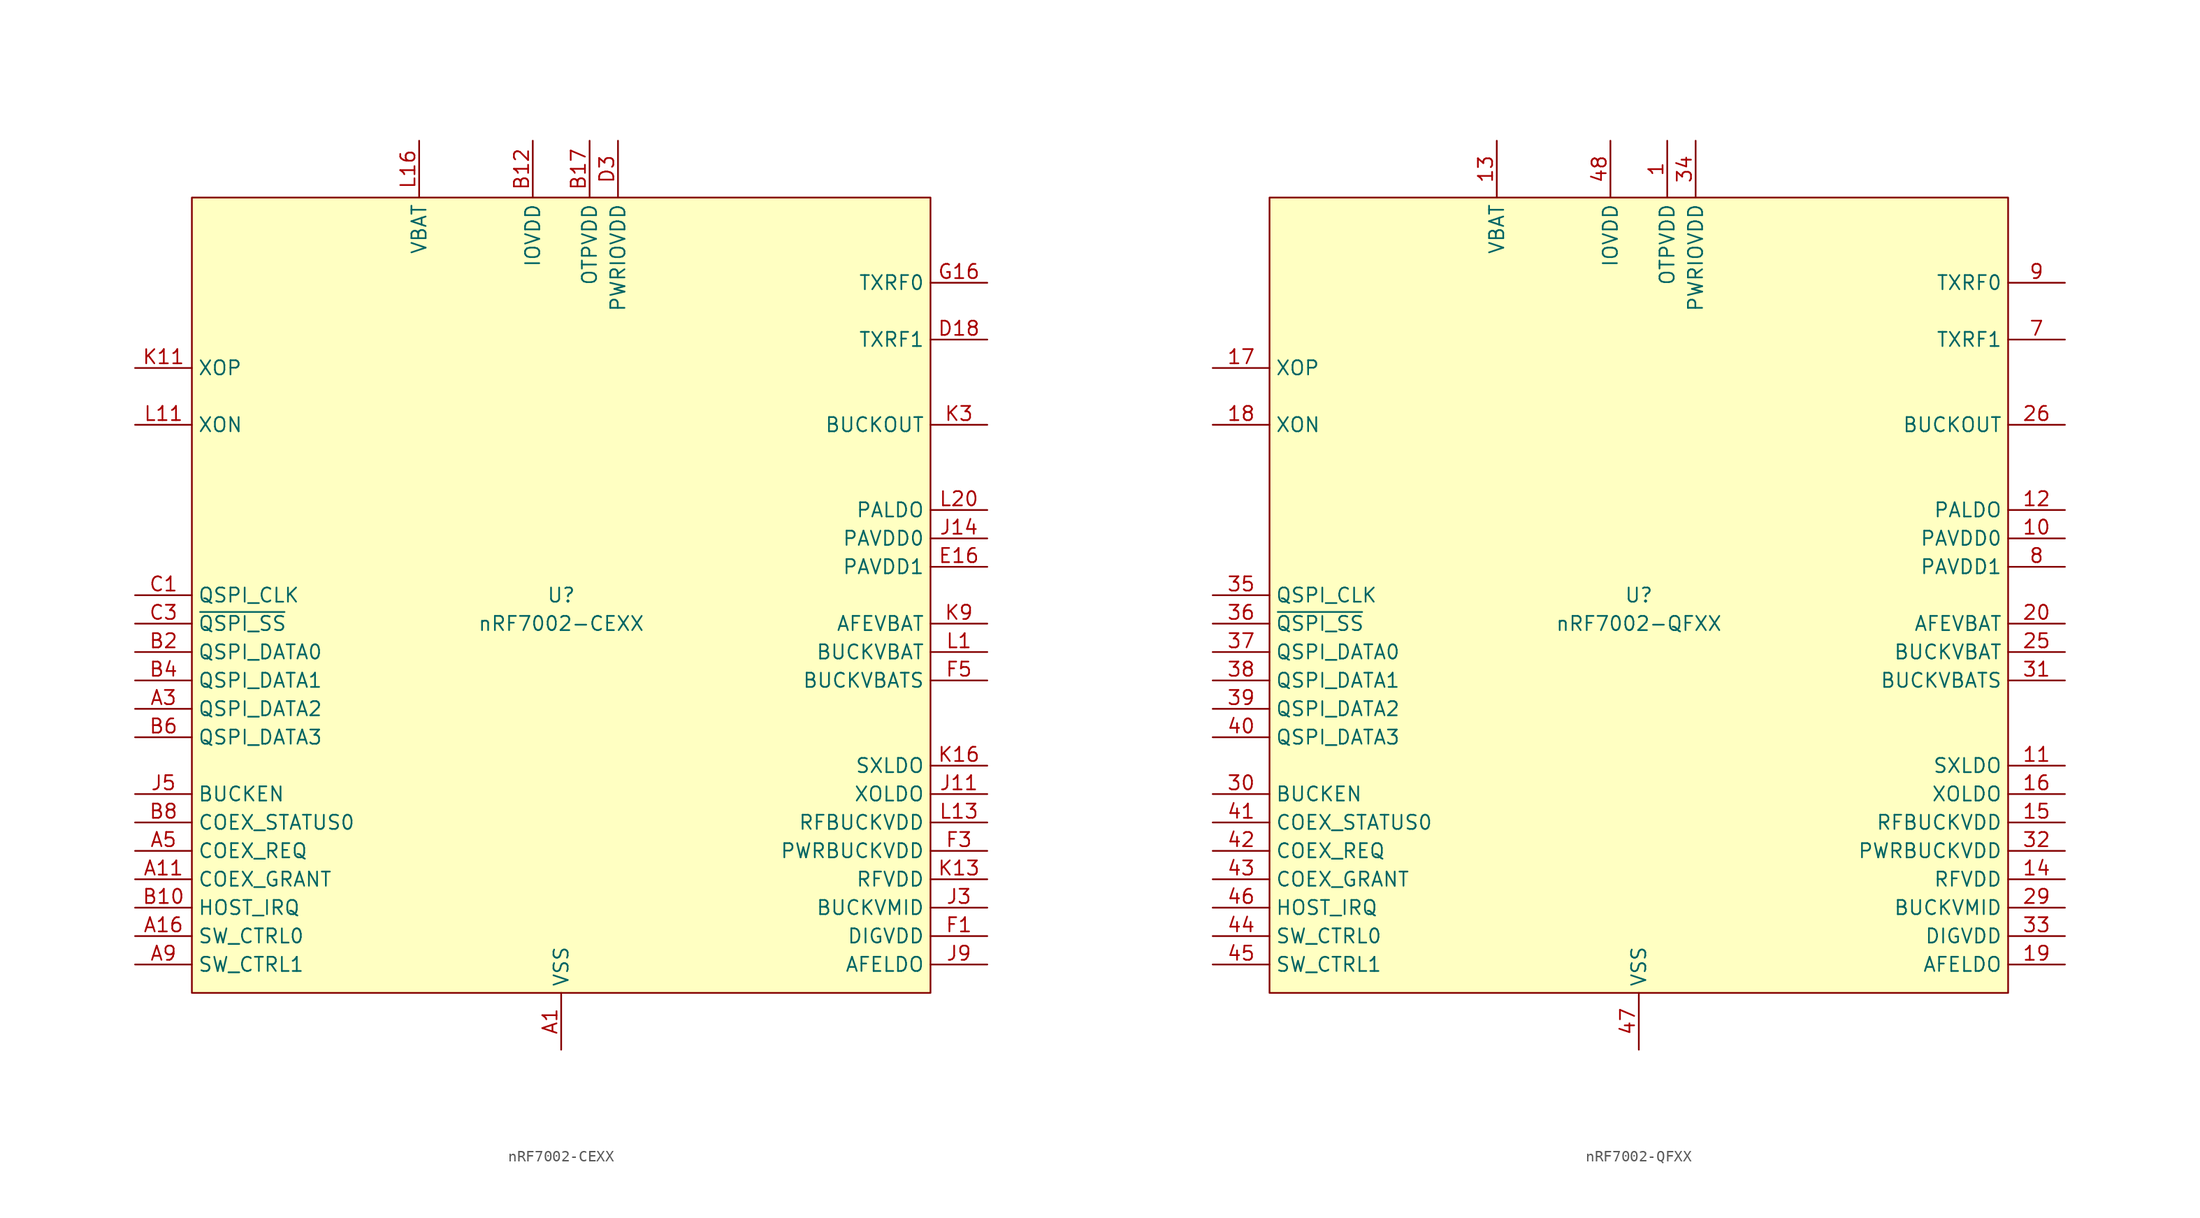
<source format=kicad_sym>
(kicad_symbol_lib
  (version 20241209)
  (generator "kicad_symbol_editor")
  (generator_version "9.0")
  (symbol "nRF7002-CEXX"
    (property "Reference" "U"
      (at 0 0 0)
      (do_not_autoplace)
      (effects (font (size 1.27 1.27))))
    (property "Value" "nRF7002-CEXX"
      (at 0 -2.54 0)
      (do_not_autoplace)
      (effects (font (size 1.27 1.27))))
    (symbol "nRF7002-CEXX_0_0"
      (pin bidirectional line (at -38.1 -10.16 0) (length 5.08) (name "QSPI_DATA2" (effects (font (size 1.27 1.27)))) (number "A3" (effects (font (size 1.27 1.27)))))
      (pin bidirectional line (at -38.1 -12.7 0) (length 5.08) (name "QSPI_DATA3" (effects (font (size 1.27 1.27)))) (number "B6" (effects (font (size 1.27 1.27)))))
      (pin input line (at -38.1 -17.78 0) (length 5.08) (name "BUCKEN" (effects (font (size 1.27 1.27)))) (number "J5" (effects (font (size 1.27 1.27)))))
      (pin bidirectional line (at -38.1 -20.32 0) (length 5.08) (name "COEX_STATUS0" (effects (font (size 1.27 1.27)))) (number "B8" (effects (font (size 1.27 1.27)))))
      (pin output line (at -38.1 -25.4 0) (length 5.08) (name "COEX_GRANT" (effects (font (size 1.27 1.27)))) (number "A11" (effects (font (size 1.27 1.27)))))
      (pin output line (at -38.1 -27.94 0) (length 5.08) (name "HOST_IRQ" (effects (font (size 1.27 1.27)))) (number "B10" (effects (font (size 1.27 1.27)))))
      (pin output line (at -38.1 -30.48 0) (length 5.08) (name "SW_CTRL0" (effects (font (size 1.27 1.27)))) (number "A16" (effects (font (size 1.27 1.27)))))
      (pin bidirectional line (at -38.1 -33.02 0) (length 5.08) (name "SW_CTRL1" (effects (font (size 1.27 1.27)))) (number "A9" (effects (font (size 1.27 1.27)))))
      (pin power_in line (at -12.7 40.64 270) (length 5.08) (name "VBAT" (effects (font (size 1.27 1.27)))) (number "L16" (effects (font (size 1.27 1.27)))))
      (pin power_in line (at -2.54 40.64 270) (length 5.08) (name "IOVDD" (effects (font (size 1.27 1.27)))) (number "B12" (effects (font (size 1.27 1.27)))))
      (pin passive line (at 0 -40.64 90) (length 5.08) (hide yes) (name "GND" (effects (font (size 1.27 1.27)))) (number "A13" (effects (font (size 1.27 1.27)))))
      (pin passive line (at 0 -40.64 90) (length 5.08) (hide yes) (name "GND" (effects (font (size 1.27 1.27)))) (number "A18" (effects (font (size 1.27 1.27)))))
      (pin passive line (at 0 -40.64 90) (length 5.08) (hide yes) (name "GND" (effects (font (size 1.27 1.27)))) (number "A20" (effects (font (size 1.27 1.27)))))
      (pin passive line (at 0 -40.64 90) (length 5.08) (hide yes) (name "GND" (effects (font (size 1.27 1.27)))) (number "A7" (effects (font (size 1.27 1.27)))))
      (pin passive line (at 0 -40.64 90) (length 5.08) (hide yes) (name "GND" (effects (font (size 1.27 1.27)))) (number "C11" (effects (font (size 1.27 1.27)))))
      (pin passive line (at 0 -40.64 90) (length 5.08) (hide yes) (name "GND" (effects (font (size 1.27 1.27)))) (number "C13" (effects (font (size 1.27 1.27)))))
      (pin passive line (at 0 -40.64 90) (length 5.08) (hide yes) (name "GND" (effects (font (size 1.27 1.27)))) (number "C5" (effects (font (size 1.27 1.27)))))
      (pin passive line (at 0 -40.64 90) (length 5.08) (hide yes) (name "GND" (effects (font (size 1.27 1.27)))) (number "C7" (effects (font (size 1.27 1.27)))))
      (pin passive line (at 0 -40.64 90) (length 5.08) (hide yes) (name "GND" (effects (font (size 1.27 1.27)))) (number "C9" (effects (font (size 1.27 1.27)))))
      (pin passive line (at 0 -40.64 90) (length 5.08) (hide yes) (name "GND" (effects (font (size 1.27 1.27)))) (number "D1" (effects (font (size 1.27 1.27)))))
      (pin passive line (at 0 -40.64 90) (length 5.08) (hide yes) (name "GND" (effects (font (size 1.27 1.27)))) (number "D11" (effects (font (size 1.27 1.27)))))
      (pin passive line (at 0 -40.64 90) (length 5.08) (hide yes) (name "GND" (effects (font (size 1.27 1.27)))) (number "D13" (effects (font (size 1.27 1.27)))))
      (pin passive line (at 0 -40.64 90) (length 5.08) (hide yes) (name "GND" (effects (font (size 1.27 1.27)))) (number "D16" (effects (font (size 1.27 1.27)))))
      (pin passive line (at 0 -40.64 90) (length 5.08) (hide yes) (name "GND" (effects (font (size 1.27 1.27)))) (number "D20" (effects (font (size 1.27 1.27)))))
      (pin passive line (at 0 -40.64 90) (length 5.08) (hide yes) (name "GND" (effects (font (size 1.27 1.27)))) (number "D5" (effects (font (size 1.27 1.27)))))
      (pin passive line (at 0 -40.64 90) (length 5.08) (hide yes) (name "GND" (effects (font (size 1.27 1.27)))) (number "D7" (effects (font (size 1.27 1.27)))))
      (pin passive line (at 0 -40.64 90) (length 5.08) (hide yes) (name "GND" (effects (font (size 1.27 1.27)))) (number "D9" (effects (font (size 1.27 1.27)))))
      (pin passive line (at 0 -40.64 90) (length 5.08) (hide yes) (name "GND" (effects (font (size 1.27 1.27)))) (number "E11" (effects (font (size 1.27 1.27)))))
      (pin passive line (at 0 -40.64 90) (length 5.08) (hide yes) (name "GND" (effects (font (size 1.27 1.27)))) (number "E13" (effects (font (size 1.27 1.27)))))
      (pin passive line (at 0 -40.64 90) (length 5.08) (hide yes) (name "GND" (effects (font (size 1.27 1.27)))) (number "E3" (effects (font (size 1.27 1.27)))))
      (pin passive line (at 0 -40.64 90) (length 5.08) (hide yes) (name "GND" (effects (font (size 1.27 1.27)))) (number "E5" (effects (font (size 1.27 1.27)))))
      (pin passive line (at 0 -40.64 90) (length 5.08) (hide yes) (name "GND" (effects (font (size 1.27 1.27)))) (number "E7" (effects (font (size 1.27 1.27)))))
      (pin passive line (at 0 -40.64 90) (length 5.08) (hide yes) (name "GND" (effects (font (size 1.27 1.27)))) (number "E9" (effects (font (size 1.27 1.27)))))
      (pin passive line (at 0 -40.64 90) (length 5.08) (hide yes) (name "GND" (effects (font (size 1.27 1.27)))) (number "F11" (effects (font (size 1.27 1.27)))))
      (pin passive line (at 0 -40.64 90) (length 5.08) (hide yes) (name "GND" (effects (font (size 1.27 1.27)))) (number "F13" (effects (font (size 1.27 1.27)))))
      (pin passive line (at 0 -40.64 90) (length 5.08) (hide yes) (name "GND" (effects (font (size 1.27 1.27)))) (number "F7" (effects (font (size 1.27 1.27)))))
      (pin passive line (at 0 -40.64 90) (length 5.08) (hide yes) (name "GND" (effects (font (size 1.27 1.27)))) (number "F9" (effects (font (size 1.27 1.27)))))
      (pin passive line (at 0 -40.64 90) (length 5.08) (hide yes) (name "GND" (effects (font (size 1.27 1.27)))) (number "H20" (effects (font (size 1.27 1.27)))))
      (pin passive line (at 0 -40.64 90) (length 5.08) (hide yes) (name "GND" (effects (font (size 1.27 1.27)))) (number "J7" (effects (font (size 1.27 1.27)))))
      (pin passive line (at 0 -40.64 90) (length 5.08) (hide yes) (name "GND" (effects (font (size 1.27 1.27)))) (number "K20" (effects (font (size 1.27 1.27)))))
      (pin passive line (at 0 -40.64 90) (length 5.08) (hide yes) (name "GND" (effects (font (size 1.27 1.27)))) (number "L18" (effects (font (size 1.27 1.27)))))
      (pin passive line (at 0 -40.64 90) (length 5.08) (hide yes) (name "GND" (effects (font (size 1.27 1.27)))) (number "L3" (effects (font (size 1.27 1.27)))))
      (pin passive line (at 0 -40.64 90) (length 5.08) (hide yes) (name "GND" (effects (font (size 1.27 1.27)))) (number "L9" (effects (font (size 1.27 1.27)))))
      (pin power_in line (at 2.54 40.64 270) (length 5.08) (name "OTPVDD" (effects (font (size 1.27 1.27)))) (number "B17" (effects (font (size 1.27 1.27)))))
      (pin power_in line (at 5.08 40.64 270) (length 5.08) (name "PWRIOVDD" (effects (font (size 1.27 1.27)))) (number "D3" (effects (font (size 1.27 1.27)))))
      (pin no_connect line (at 7.62 -35.56 90) (length 5.08) (hide yes) (name "NC" (effects (font (size 1.27 1.27)))) (number "C18" (effects (font (size 1.27 1.27)))))
      (pin no_connect line (at 10.16 -35.56 90) (length 5.08) (hide yes) (name "NC" (effects (font (size 1.27 1.27)))) (number "C20" (effects (font (size 1.27 1.27)))))
      (pin no_connect line (at 12.7 -35.56 90) (length 5.08) (hide yes) (name "NC" (effects (font (size 1.27 1.27)))) (number "K5" (effects (font (size 1.27 1.27)))))
      (pin no_connect line (at 15.24 -35.56 90) (length 5.08) (hide yes) (name "NC" (effects (font (size 1.27 1.27)))) (number "K7" (effects (font (size 1.27 1.27)))))
      (pin no_connect line (at 17.78 -35.56 90) (length 5.08) (hide yes) (name "NC" (effects (font (size 1.27 1.27)))) (number "L5" (effects (font (size 1.27 1.27)))))
      (pin no_connect line (at 20.32 -35.56 90) (length 5.08) (hide yes) (name "NC" (effects (font (size 1.27 1.27)))) (number "L7" (effects (font (size 1.27 1.27)))))
      (pin no_connect line (at 22.86 -35.56 90) (length 5.08) (hide yes) (name "NC" (effects (font (size 1.27 1.27)))) (number "B15" (effects (font (size 1.27 1.27)))))
      (pin no_connect line (at 25.4 -35.56 90) (length 5.08) (hide yes) (name "NC" (effects (font (size 1.27 1.27)))) (number "B19" (effects (font (size 1.27 1.27)))))
      (pin no_connect line (at 27.94 -35.56 90) (length 5.08) (hide yes) (name "NC" (effects (font (size 1.27 1.27)))) (number "C16" (effects (font (size 1.27 1.27)))))
      (pin power_out line (at 38.1 15.24 180) (length 5.08) (name "BUCKOUT" (effects (font (size 1.27 1.27)))) (number "K3" (effects (font (size 1.27 1.27)))))
      (pin power_out line (at 38.1 7.62 180) (length 5.08) (name "PALDO" (effects (font (size 1.27 1.27)))) (number "L20" (effects (font (size 1.27 1.27)))))
      (pin power_in line (at 38.1 -5.08 180) (length 5.08) (name "BUCKVBAT" (effects (font (size 1.27 1.27)))) (number "L1" (effects (font (size 1.27 1.27)))))
      (pin power_in line (at 38.1 -7.62 180) (length 5.08) (name "BUCKVBATS" (effects (font (size 1.27 1.27)))) (number "F5" (effects (font (size 1.27 1.27)))))
      (pin passive line (at 38.1 -15.24 180) (length 5.08) (name "SXLDO" (effects (font (size 1.27 1.27)))) (number "K16" (effects (font (size 1.27 1.27)))))
      (pin passive line (at 38.1 -17.78 180) (length 5.08) (name "XOLDO" (effects (font (size 1.27 1.27)))) (number "J11" (effects (font (size 1.27 1.27)))))
      (pin passive line (at 38.1 -20.32 180) (length 5.08) (name "RFBUCKVDD" (effects (font (size 1.27 1.27)))) (number "L13" (effects (font (size 1.27 1.27)))))
      (pin passive line (at 38.1 -22.86 180) (length 5.08) (name "PWRBUCKVDD" (effects (font (size 1.27 1.27)))) (number "F3" (effects (font (size 1.27 1.27)))))
      (pin passive line (at 38.1 -25.4 180) (length 5.08) (name "RFVDD" (effects (font (size 1.27 1.27)))) (number "K13" (effects (font (size 1.27 1.27)))))
      (pin passive line (at 38.1 -30.48 180) (length 5.08) (name "DIGVDD" (effects (font (size 1.27 1.27)))) (number "F1" (effects (font (size 1.27 1.27)))))
      (pin passive line (at 38.1 -33.02 180) (length 5.08) (name "AFELDO" (effects (font (size 1.27 1.27)))) (number "J9" (effects (font (size 1.27 1.27))))))
    (symbol "nRF7002-CEXX_1_0"
      (pin input line (at -38.1 20.32 0) (length 5.08) (name "XOP" (effects (font (size 1.27 1.27)))) (number "K11" (effects (font (size 1.27 1.27)))))
      (pin output line (at -38.1 15.24 0) (length 5.08) (name "XON" (effects (font (size 1.27 1.27)))) (number "L11" (effects (font (size 1.27 1.27)))))
      (pin input line (at -38.1 0 0) (length 5.08) (name "QSPI_CLK" (effects (font (size 1.27 1.27)))) (number "C1" (effects (font (size 1.27 1.27)))) (alternate "SPI_CLK" input line))
      (pin input line (at -38.1 -2.54 0) (length 5.08) (name "~{QSPI_SS}" (effects (font (size 1.27 1.27)))) (number "C3" (effects (font (size 1.27 1.27)))) (alternate "~{SPI_SS}" input line))
      (pin bidirectional line (at -38.1 -5.08 0) (length 5.08) (name "QSPI_DATA0" (effects (font (size 1.27 1.27)))) (number "B2" (effects (font (size 1.27 1.27)))) (alternate "SPI_MOSI" bidirectional line))
      (pin bidirectional line (at -38.1 -7.62 0) (length 5.08) (name "QSPI_DATA1" (effects (font (size 1.27 1.27)))) (number "B4" (effects (font (size 1.27 1.27)))) (alternate "SPI_MISO" bidirectional line))
      (pin bidirectional line (at -38.1 -22.86 0) (length 5.08) (name "COEX_REQ" (effects (font (size 1.27 1.27)))) (number "A5" (effects (font (size 1.27 1.27)))))
      (pin power_in line (at 0 -40.64 90) (length 5.08) (name "VSS" (effects (font (size 1.27 1.27)))) (number "A1" (effects (font (size 1.27 1.27)))))
      (pin passive line (at 0 -40.64 90) (length 5.08) (hide yes) (name "BUCKVSSS" (effects (font (size 1.27 1.27)))) (number "J1" (effects (font (size 1.27 1.27)))))
      (pin passive line (at 0 -40.64 90) (length 5.08) (hide yes) (name "BUCKVSS" (effects (font (size 1.27 1.27)))) (number "K1" (effects (font (size 1.27 1.27)))))
      (pin bidirectional line (at 38.1 27.94 180) (length 5.08) (name "TXRF0" (effects (font (size 1.27 1.27)))) (number "G16" (effects (font (size 1.27 1.27)))))
      (pin bidirectional line (at 38.1 22.86 180) (length 5.08) (name "TXRF1" (effects (font (size 1.27 1.27)))) (number "D18" (effects (font (size 1.27 1.27)))))
      (pin power_in line (at 38.1 5.08 180) (length 5.08) (name "PAVDD0" (effects (font (size 1.27 1.27)))) (number "J14" (effects (font (size 1.27 1.27)))))
      (pin power_in line (at 38.1 2.54 180) (length 5.08) (name "PAVDD1" (effects (font (size 1.27 1.27)))) (number "E16" (effects (font (size 1.27 1.27)))))
      (pin power_in line (at 38.1 -2.54 180) (length 5.08) (name "AFEVBAT" (effects (font (size 1.27 1.27)))) (number "K9" (effects (font (size 1.27 1.27)))))
      (pin passive line (at 38.1 -27.94 180) (length 5.08) (name "BUCKVMID" (effects (font (size 1.27 1.27)))) (number "J3" (effects (font (size 1.27 1.27))))))
    (symbol "nRF7002-CEXX_1_1"
      (rectangle (start -33.02 35.56) (end 33.02 -35.56) (stroke (width 0) (type default)) (fill (type background)))))
  (symbol "nRF7002-QFXX"
    (property "Reference" "U"
      (at 0 0 0)
      (do_not_autoplace)
      (effects (font (size 1.27 1.27))))
    (property "Value" "nRF7002-QFXX"
      (at 0 -2.54 0)
      (do_not_autoplace)
      (effects (font (size 1.27 1.27))))
    (symbol "nRF7002-QFXX_0_0"
      (pin input line (at -38.1 20.32 0) (length 5.08) (name "XOP" (effects (font (size 1.27 1.27)))) (number "17" (effects (font (size 1.27 1.27)))))
      (pin output line (at -38.1 15.24 0) (length 5.08) (name "XON" (effects (font (size 1.27 1.27)))) (number "18" (effects (font (size 1.27 1.27)))))
      (pin bidirectional line (at -38.1 -10.16 0) (length 5.08) (name "QSPI_DATA2" (effects (font (size 1.27 1.27)))) (number "39" (effects (font (size 1.27 1.27)))))
      (pin bidirectional line (at -38.1 -12.7 0) (length 5.08) (name "QSPI_DATA3" (effects (font (size 1.27 1.27)))) (number "40" (effects (font (size 1.27 1.27)))))
      (pin input line (at -38.1 -17.78 0) (length 5.08) (name "BUCKEN" (effects (font (size 1.27 1.27)))) (number "30" (effects (font (size 1.27 1.27)))))
      (pin bidirectional line (at -38.1 -20.32 0) (length 5.08) (name "COEX_STATUS0" (effects (font (size 1.27 1.27)))) (number "41" (effects (font (size 1.27 1.27)))))
      (pin bidirectional line (at -38.1 -22.86 0) (length 5.08) (name "COEX_REQ" (effects (font (size 1.27 1.27)))) (number "42" (effects (font (size 1.27 1.27)))))
      (pin output line (at -38.1 -25.4 0) (length 5.08) (name "COEX_GRANT" (effects (font (size 1.27 1.27)))) (number "43" (effects (font (size 1.27 1.27)))))
      (pin output line (at -38.1 -27.94 0) (length 5.08) (name "HOST_IRQ" (effects (font (size 1.27 1.27)))) (number "46" (effects (font (size 1.27 1.27)))))
      (pin output line (at -38.1 -30.48 0) (length 5.08) (name "SW_CTRL0" (effects (font (size 1.27 1.27)))) (number "44" (effects (font (size 1.27 1.27)))))
      (pin bidirectional line (at -38.1 -33.02 0) (length 5.08) (name "SW_CTRL1" (effects (font (size 1.27 1.27)))) (number "45" (effects (font (size 1.27 1.27)))))
      (pin power_in line (at -12.7 40.64 270) (length 5.08) (name "VBAT" (effects (font (size 1.27 1.27)))) (number "13" (effects (font (size 1.27 1.27)))))
      (pin power_in line (at -2.54 40.64 270) (length 5.08) (name "IOVDD" (effects (font (size 1.27 1.27)))) (number "48" (effects (font (size 1.27 1.27)))))
      (pin passive line (at 0 -40.64 90) (length 5.08) (hide yes) (name "BUCKVSS" (effects (font (size 1.27 1.27)))) (number "28" (effects (font (size 1.27 1.27)))))
      (pin power_in line (at 2.54 40.64 270) (length 5.08) (name "OTPVDD" (effects (font (size 1.27 1.27)))) (number "1" (effects (font (size 1.27 1.27)))))
      (pin power_in line (at 5.08 40.64 270) (length 5.08) (name "PWRIOVDD" (effects (font (size 1.27 1.27)))) (number "34" (effects (font (size 1.27 1.27)))))
      (pin bidirectional line (at 38.1 27.94 180) (length 5.08) (name "TXRF0" (effects (font (size 1.27 1.27)))) (number "9" (effects (font (size 1.27 1.27)))))
      (pin power_out line (at 38.1 15.24 180) (length 5.08) (name "BUCKOUT" (effects (font (size 1.27 1.27)))) (number "26" (effects (font (size 1.27 1.27)))))
      (pin power_out line (at 38.1 7.62 180) (length 5.08) (name "PALDO" (effects (font (size 1.27 1.27)))) (number "12" (effects (font (size 1.27 1.27)))))
      (pin power_in line (at 38.1 5.08 180) (length 5.08) (name "PAVDD0" (effects (font (size 1.27 1.27)))) (number "10" (effects (font (size 1.27 1.27)))))
      (pin power_in line (at 38.1 -2.54 180) (length 5.08) (name "AFEVBAT" (effects (font (size 1.27 1.27)))) (number "20" (effects (font (size 1.27 1.27)))))
      (pin power_in line (at 38.1 -5.08 180) (length 5.08) (name "BUCKVBAT" (effects (font (size 1.27 1.27)))) (number "25" (effects (font (size 1.27 1.27)))))
      (pin power_in line (at 38.1 -7.62 180) (length 5.08) (name "BUCKVBATS" (effects (font (size 1.27 1.27)))) (number "31" (effects (font (size 1.27 1.27)))))
      (pin passive line (at 38.1 -15.24 180) (length 5.08) (name "SXLDO" (effects (font (size 1.27 1.27)))) (number "11" (effects (font (size 1.27 1.27)))))
      (pin passive line (at 38.1 -17.78 180) (length 5.08) (name "XOLDO" (effects (font (size 1.27 1.27)))) (number "16" (effects (font (size 1.27 1.27)))))
      (pin passive line (at 38.1 -20.32 180) (length 5.08) (name "RFBUCKVDD" (effects (font (size 1.27 1.27)))) (number "15" (effects (font (size 1.27 1.27)))))
      (pin passive line (at 38.1 -22.86 180) (length 5.08) (name "PWRBUCKVDD" (effects (font (size 1.27 1.27)))) (number "32" (effects (font (size 1.27 1.27)))))
      (pin passive line (at 38.1 -25.4 180) (length 5.08) (name "RFVDD" (effects (font (size 1.27 1.27)))) (number "14" (effects (font (size 1.27 1.27)))))
      (pin passive line (at 38.1 -30.48 180) (length 5.08) (name "DIGVDD" (effects (font (size 1.27 1.27)))) (number "33" (effects (font (size 1.27 1.27)))))
      (pin passive line (at 38.1 -33.02 180) (length 5.08) (name "AFELDO" (effects (font (size 1.27 1.27)))) (number "19" (effects (font (size 1.27 1.27))))))
    (symbol "nRF7002-QFXX_1_0"
      (pin input line (at -38.1 0 0) (length 5.08) (name "QSPI_CLK" (effects (font (size 1.27 1.27)))) (number "35" (effects (font (size 1.27 1.27)))) (alternate "SPI_CLK" input line))
      (pin input line (at -38.1 -2.54 0) (length 5.08) (name "~{QSPI_SS}" (effects (font (size 1.27 1.27)))) (number "36" (effects (font (size 1.27 1.27)))) (alternate "~{SPI_SS}" input line))
      (pin bidirectional line (at -38.1 -5.08 0) (length 5.08) (name "QSPI_DATA0" (effects (font (size 1.27 1.27)))) (number "37" (effects (font (size 1.27 1.27)))) (alternate "SPI_MOSI" bidirectional line))
      (pin bidirectional line (at -38.1 -7.62 0) (length 5.08) (name "QSPI_DATA1" (effects (font (size 1.27 1.27)))) (number "38" (effects (font (size 1.27 1.27)))) (alternate "SPI_MISO" bidirectional line))
      (pin passive line (at 0 -40.64 90) (length 5.08) (hide yes) (name "BUCKVSS" (effects (font (size 1.27 1.27)))) (number "27" (effects (font (size 1.27 1.27)))))
      (pin power_in line (at 0 -40.64 90) (length 5.08) (name "VSS" (effects (font (size 1.27 1.27)))) (number "47" (effects (font (size 1.27 1.27)))))
      (pin passive line (at 0 -40.64 90) (length 5.08) (hide yes) (name "EP" (effects (font (size 1.27 1.27)))) (number "49" (effects (font (size 1.27 1.27)))))
      (pin no_connect line (at 10.16 35.56 270) (length 5.08) (hide yes) (name "N.C." (effects (font (size 1.27 1.27)))) (number "2" (effects (font (size 1.27 1.27)))))
      (pin no_connect line (at 12.7 35.56 270) (length 5.08) (hide yes) (name "N.C." (effects (font (size 1.27 1.27)))) (number "4" (effects (font (size 1.27 1.27)))))
      (pin no_connect line (at 15.24 35.56 270) (length 5.08) (hide yes) (name "N.C." (effects (font (size 1.27 1.27)))) (number "21" (effects (font (size 1.27 1.27)))))
      (pin no_connect line (at 17.78 35.56 270) (length 5.08) (hide yes) (name "N.C." (effects (font (size 1.27 1.27)))) (number "22" (effects (font (size 1.27 1.27)))))
      (pin no_connect line (at 20.32 35.56 270) (length 5.08) (hide yes) (name "N.C." (effects (font (size 1.27 1.27)))) (number "23" (effects (font (size 1.27 1.27)))))
      (pin no_connect line (at 22.86 35.56 270) (length 5.08) (hide yes) (name "N.C." (effects (font (size 1.27 1.27)))) (number "24" (effects (font (size 1.27 1.27)))))
      (pin no_connect line (at 25.4 35.56 270) (length 5.08) (hide yes) (name "N.C." (effects (font (size 1.27 1.27)))) (number "3" (effects (font (size 1.27 1.27)))))
      (pin no_connect line (at 27.94 35.56 270) (length 5.08) (hide yes) (name "N.C." (effects (font (size 1.27 1.27)))) (number "5" (effects (font (size 1.27 1.27)))))
      (pin no_connect line (at 30.48 35.56 270) (length 5.08) (hide yes) (name "N.C." (effects (font (size 1.27 1.27)))) (number "6" (effects (font (size 1.27 1.27)))))
      (pin bidirectional line (at 38.1 22.86 180) (length 5.08) (name "TXRF1" (effects (font (size 1.27 1.27)))) (number "7" (effects (font (size 1.27 1.27)))))
      (pin power_in line (at 38.1 2.54 180) (length 5.08) (name "PAVDD1" (effects (font (size 1.27 1.27)))) (number "8" (effects (font (size 1.27 1.27)))))
      (pin passive line (at 38.1 -27.94 180) (length 5.08) (name "BUCKVMID" (effects (font (size 1.27 1.27)))) (number "29" (effects (font (size 1.27 1.27))))))
    (symbol "nRF7002-QFXX_1_1"
      (rectangle (start -33.02 35.56) (end 33.02 -35.56) (stroke (width 0) (type default)) (fill (type background))))))
</source>
